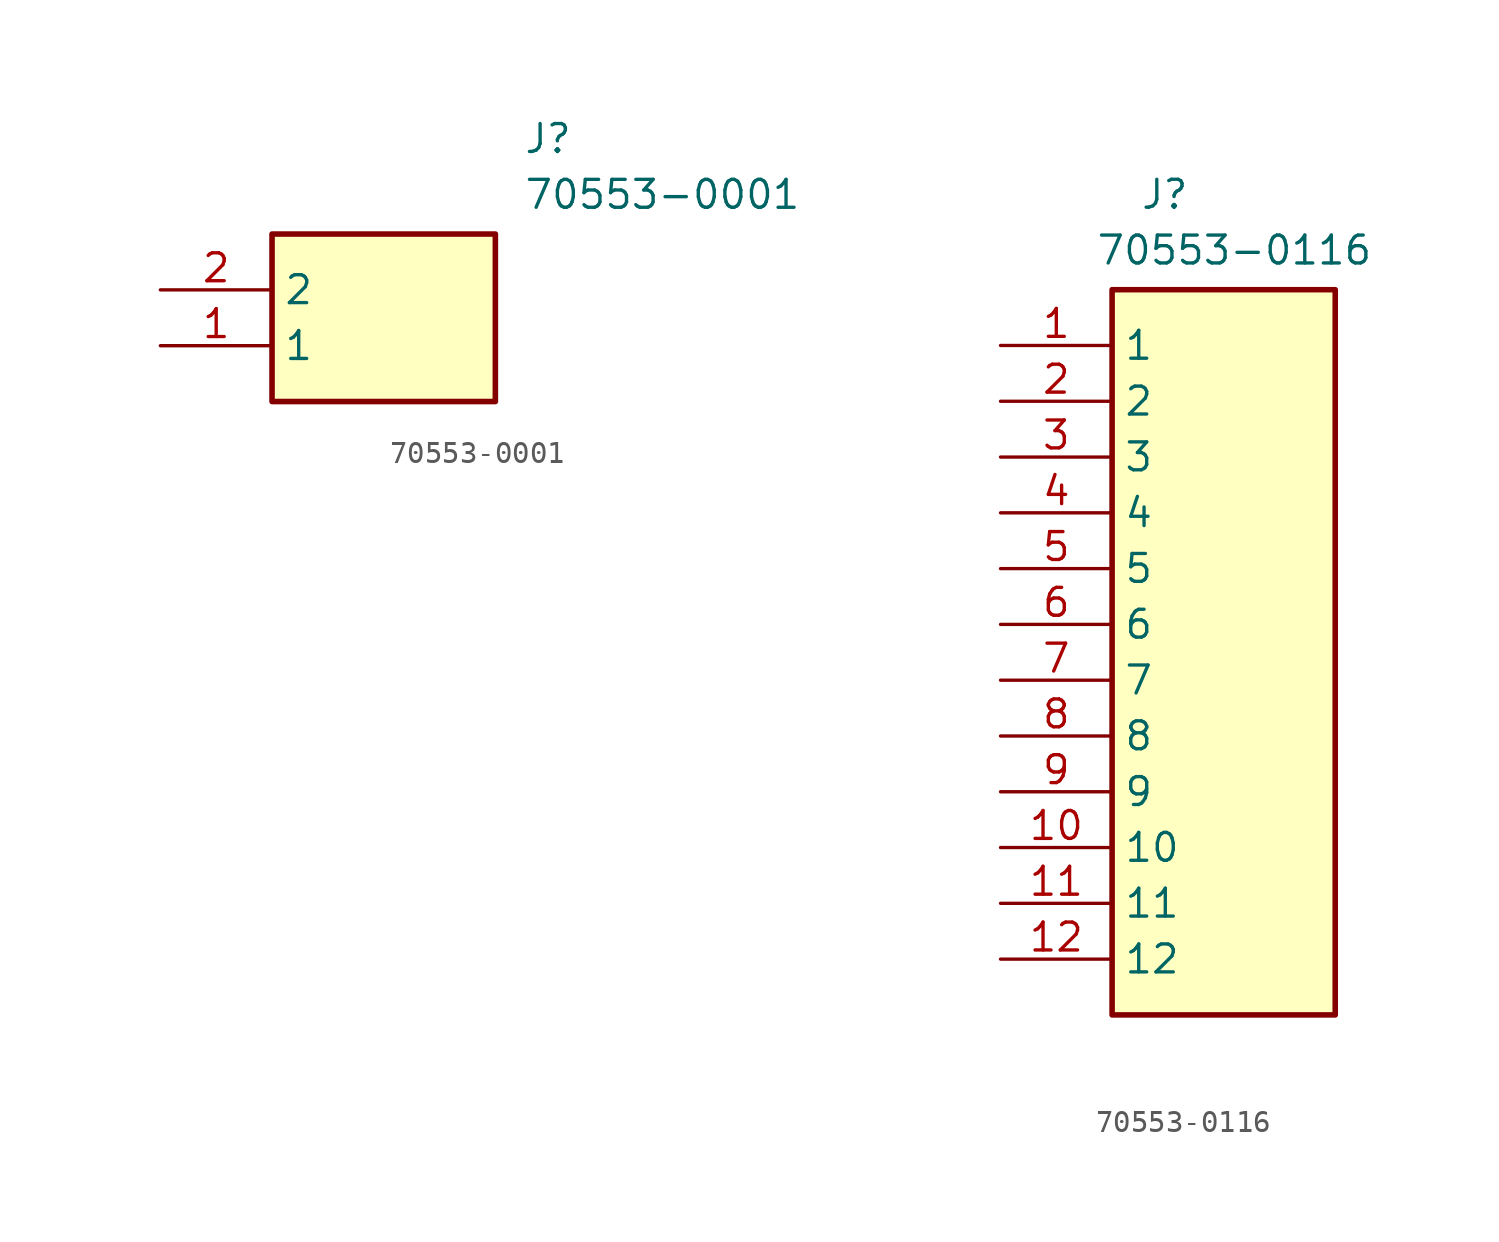
<source format=kicad_sym>
(kicad_symbol_lib
  (version 20231120)
  (generator "kicad_symbol_editor")
  (generator_version "8.0")
  (symbol "70553-0001"
    (property "Reference" "J"
      (at 16.51 7.62 0)
      (effects (font (size 1.27 1.27)) (justify left top)))
    (property "Value" "70553-0001"
      (at 16.51 5.08 0)
      (effects (font (size 1.27 1.27)) (justify left top)))
    (symbol "70553-0001_1_1"
      (rectangle (start 5.08 2.54) (end 15.24 -5.08) (stroke (width 0.254) (type default)) (fill (type background)))
      (pin passive line (at 0 -2.54 0) (length 5.08) (name "1" (effects (font (size 1.27 1.27)))) (number "1" (effects (font (size 1.27 1.27)))))
      (pin passive line (at 0 0 0) (length 5.08) (name "2" (effects (font (size 1.27 1.27)))) (number "2" (effects (font (size 1.27 1.27)))))))
  (symbol "70553-0116"
    (property "Reference" "J"
      (at 6.35 7.62 0)
      (effects (font (size 1.27 1.27)) (justify left top)))
    (property "Value" "70553-0116"
      (at 4.318 5.08 0)
      (effects (font (size 1.27 1.27)) (justify left top)))
    (symbol "70553-0116_1_1"
      (rectangle (start 5.08 2.54) (end 15.24 -30.48) (stroke (width 0.254) (type default)) (fill (type background)))
      (pin passive line (at 0 0 0) (length 5.08) (name "1" (effects (font (size 1.27 1.27)))) (number "1" (effects (font (size 1.27 1.27)))))
      (pin passive line (at 0 -22.86 0) (length 5.08) (name "10" (effects (font (size 1.27 1.27)))) (number "10" (effects (font (size 1.27 1.27)))))
      (pin passive line (at 0 -25.4 0) (length 5.08) (name "11" (effects (font (size 1.27 1.27)))) (number "11" (effects (font (size 1.27 1.27)))))
      (pin passive line (at 0 -27.94 0) (length 5.08) (name "12" (effects (font (size 1.27 1.27)))) (number "12" (effects (font (size 1.27 1.27)))))
      (pin passive line (at 0 -2.54 0) (length 5.08) (name "2" (effects (font (size 1.27 1.27)))) (number "2" (effects (font (size 1.27 1.27)))))
      (pin passive line (at 0 -5.08 0) (length 5.08) (name "3" (effects (font (size 1.27 1.27)))) (number "3" (effects (font (size 1.27 1.27)))))
      (pin passive line (at 0 -7.62 0) (length 5.08) (name "4" (effects (font (size 1.27 1.27)))) (number "4" (effects (font (size 1.27 1.27)))))
      (pin passive line (at 0 -10.16 0) (length 5.08) (name "5" (effects (font (size 1.27 1.27)))) (number "5" (effects (font (size 1.27 1.27)))))
      (pin passive line (at 0 -12.7 0) (length 5.08) (name "6" (effects (font (size 1.27 1.27)))) (number "6" (effects (font (size 1.27 1.27)))))
      (pin passive line (at 0 -15.24 0) (length 5.08) (name "7" (effects (font (size 1.27 1.27)))) (number "7" (effects (font (size 1.27 1.27)))))
      (pin passive line (at 0 -17.78 0) (length 5.08) (name "8" (effects (font (size 1.27 1.27)))) (number "8" (effects (font (size 1.27 1.27)))))
      (pin passive line (at 0 -20.32 0) (length 5.08) (name "9" (effects (font (size 1.27 1.27)))) (number "9" (effects (font (size 1.27 1.27))))))))
</source>
